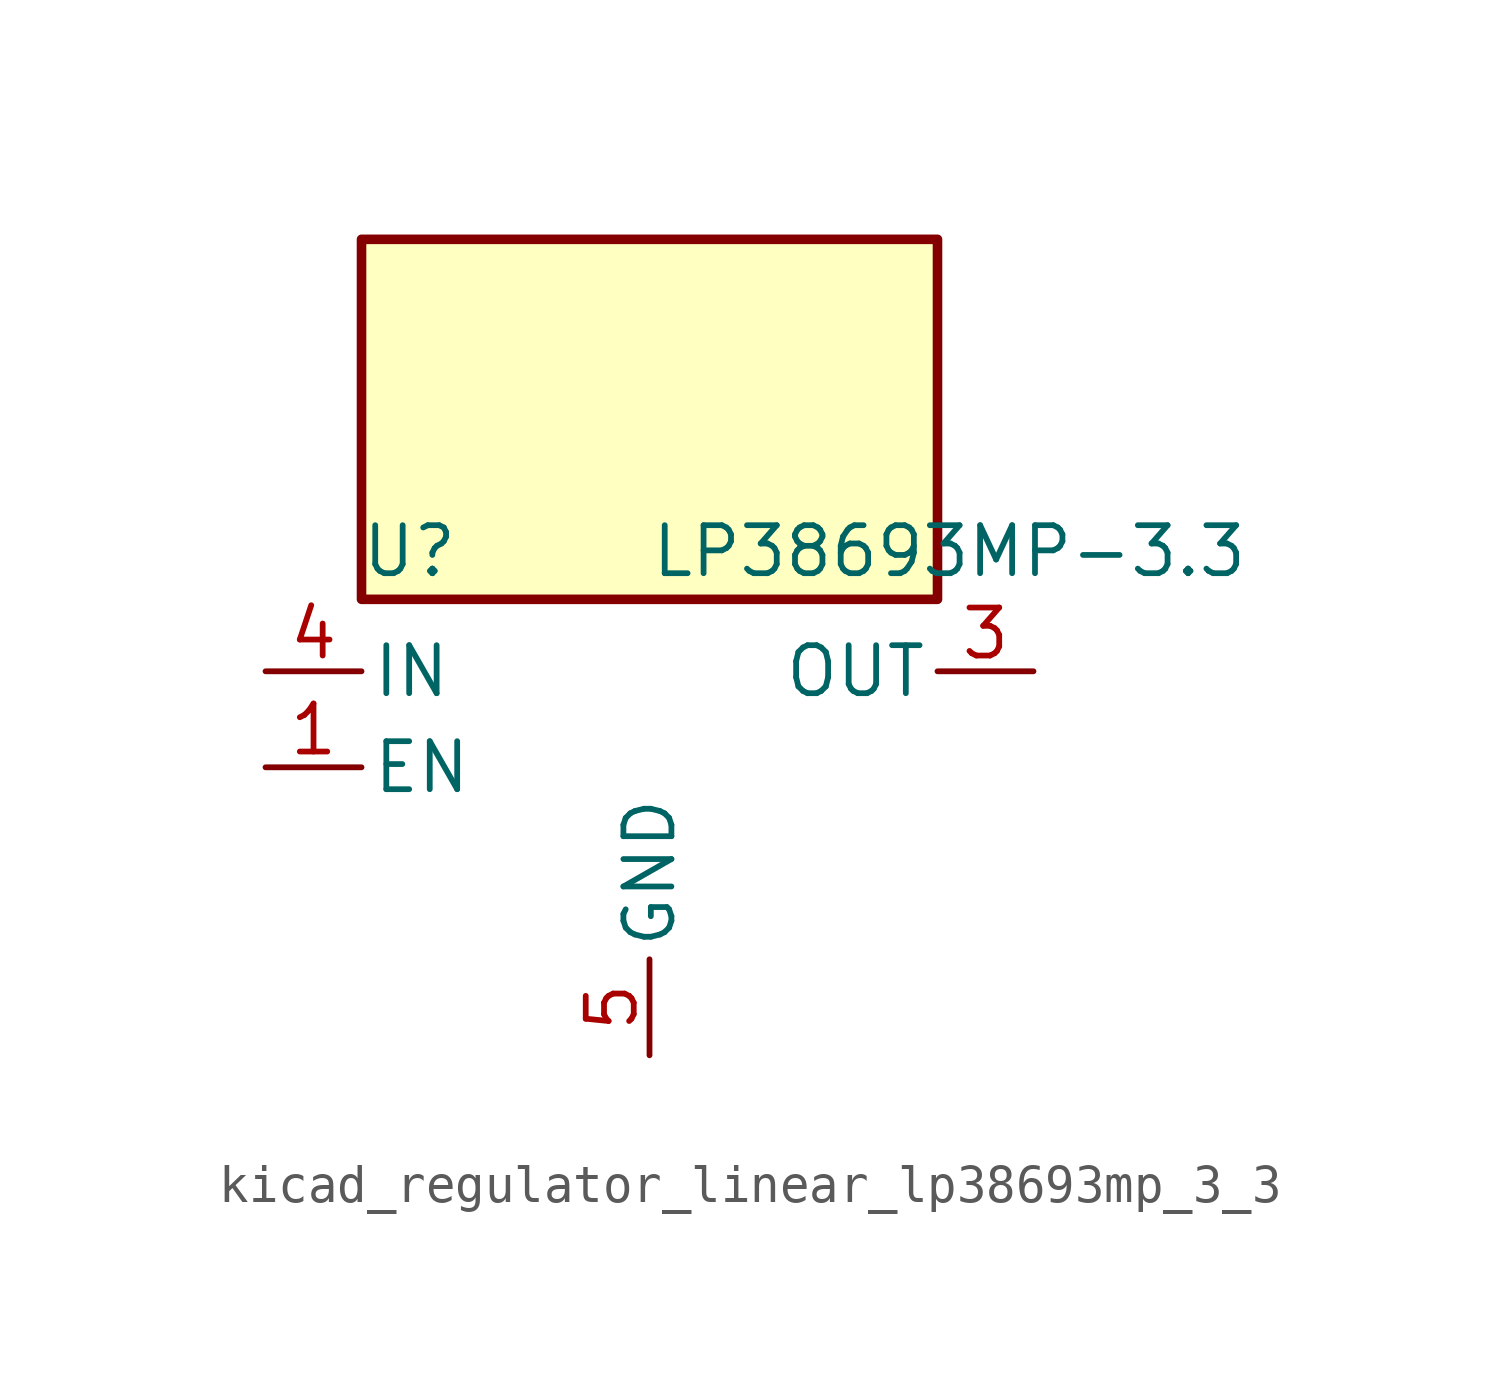
<source format=kicad_sym>
(kicad_symbol_lib
  (version 20220914)
  (generator kicad_symbol_editor)
  (symbol "kicad_regulator_linear_lp38693mp_3_3"
    (pin_names
      (offset 0.254))
    (property "Reference" "U"
      (at -6.35 5.715 0)
      (effects (font (size 1.27 1.27))))
    (property "Value" "LP38693MP-3.3"
      (at 0 5.715 0)
      (effects (font (size 1.27 1.27)) (justify left)))
    (symbol "kicad_regulator_linear_lp38693mp_3_3_0_1"
      (rectangle (start 7.62 13.97) (end -7.62 4.445) (stroke (width 0.254) (type default)) (fill (type background))))
    (symbol "kicad_regulator_linear_lp38693mp_3_3_1_1"
      (pin input line (at -10.16 0 0) (length 2.54) (name "EN" (effects (font (size 1.27 1.27)))) (number "1" (effects (font (size 1.27 1.27)))))
      (pin no_connect line (at 7.62 0 180) (length 2.54) hide (name "NC" (effects (font (size 1.27 1.27)))) (number "2" (effects (font (size 1.27 1.27)))))
      (pin power_out line (at 10.16 2.54 180) (length 2.54) (name "OUT" (effects (font (size 1.27 1.27)))) (number "3" (effects (font (size 1.27 1.27)))))
      (pin power_in line (at -10.16 2.54 0) (length 2.54) (name "IN" (effects (font (size 1.27 1.27)))) (number "4" (effects (font (size 1.27 1.27)))))
      (pin power_in line (at 0 -7.62 90) (length 2.54) (name "GND" (effects (font (size 1.27 1.27)))) (number "5" (effects (font (size 1.27 1.27))))))))
</source>
